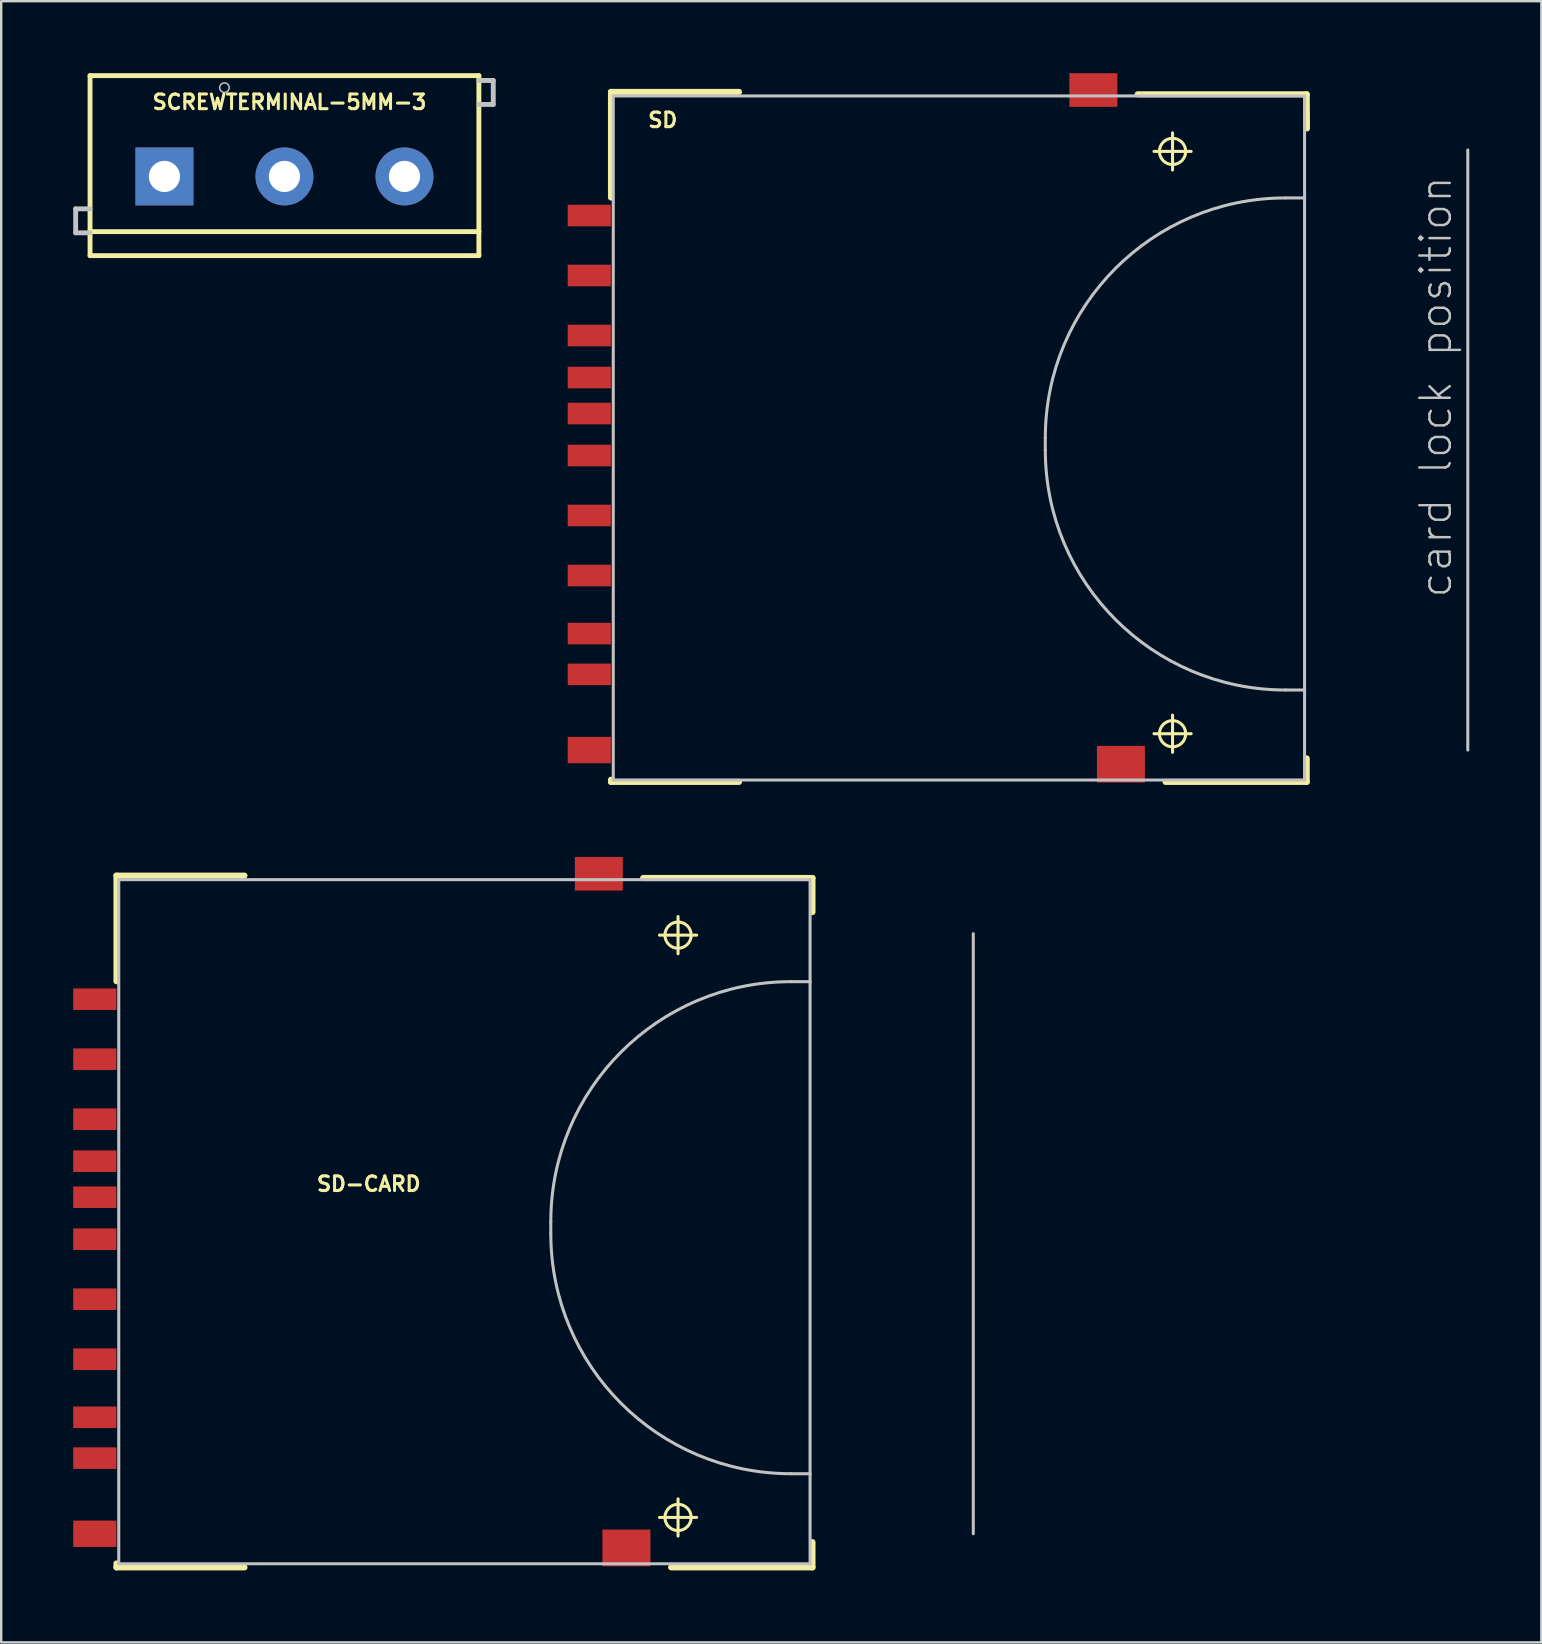
<source format=kicad_pcb>
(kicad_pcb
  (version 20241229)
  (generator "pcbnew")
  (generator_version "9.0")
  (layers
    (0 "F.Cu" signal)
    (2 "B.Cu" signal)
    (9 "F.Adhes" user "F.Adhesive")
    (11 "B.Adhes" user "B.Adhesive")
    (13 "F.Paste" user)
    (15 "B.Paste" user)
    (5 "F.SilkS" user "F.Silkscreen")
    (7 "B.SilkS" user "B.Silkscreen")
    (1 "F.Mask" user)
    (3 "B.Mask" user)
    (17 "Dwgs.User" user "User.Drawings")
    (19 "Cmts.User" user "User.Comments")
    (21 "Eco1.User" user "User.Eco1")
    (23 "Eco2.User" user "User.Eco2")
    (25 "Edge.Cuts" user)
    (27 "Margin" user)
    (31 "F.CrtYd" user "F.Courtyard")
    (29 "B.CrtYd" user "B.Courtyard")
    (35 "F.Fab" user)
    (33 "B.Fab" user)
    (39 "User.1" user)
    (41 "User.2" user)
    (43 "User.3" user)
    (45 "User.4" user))
  (footprint "SD"
    (layer "F.Cu")
    (at 22.497 15.196)
    (property "Reference" "SD" (at 2.062 -13.244 0) (layer "F.SilkS") (effects (font (size 0.61 0.61) (thickness 0.127))))
    (attr smd)
    (fp_line (start -0.094 -14.417) (end 5.237 -14.417) (stroke (width 0.254) (type solid)) (layer "F.SilkS"))
    (fp_line (start -0.094 -10.018) (end -0.094 -14.417) (stroke (width 0.254) (type solid)) (layer "F.SilkS"))
    (fp_line (start -0.094 14.237) (end -0.094 14.326) (stroke (width 0.254) (type solid)) (layer "F.SilkS"))
    (fp_line (start -0.094 14.326) (end 5.237 14.326) (stroke (width 0.254) (type solid)) (layer "F.SilkS"))
    (fp_line (start 21.847 -14.318) (end 28.887 -14.318) (stroke (width 0.254) (type solid)) (layer "F.SilkS"))
    (fp_line (start 22.525 -11.938) (end 24.074 -11.938) (stroke (width 0.127) (type solid)) (layer "F.SilkS"))
    (fp_line (start 22.525 12.319) (end 24.074 12.319) (stroke (width 0.127) (type solid)) (layer "F.SilkS"))
    (fp_line (start 23.01 14.326) (end 28.887 14.326) (stroke (width 0.254) (type solid)) (layer "F.SilkS"))
    (fp_line (start 23.299 -11.163) (end 23.299 -12.713) (stroke (width 0.127) (type solid)) (layer "F.SilkS"))
    (fp_line (start 23.299 13.094) (end 23.299 11.544) (stroke (width 0.127) (type solid)) (layer "F.SilkS"))
    (fp_line (start 28.887 -14.318) (end 28.898 -12.898) (stroke (width 0.254) (type solid)) (layer "F.SilkS"))
    (fp_line (start 28.887 14.326) (end 28.887 13.348) (stroke (width 0.254) (type solid)) (layer "F.SilkS"))
    (fp_circle (center 23.299 -11.938) (end 23.686 -12.324) (stroke (width 0.127) (type solid)) (fill no) (layer "F.SilkS"))
    (fp_circle (center 23.299 12.319) (end 23.686 12.705) (stroke (width 0.127) (type solid)) (fill no) (layer "F.SilkS"))
    (fp_line (start 0 -14.249) (end 28.799 -14.249) (stroke (width 0.127) (type solid)) (layer "Dwgs.User"))
    (fp_line (start 0 14.249) (end 0 -14.249) (stroke (width 0.127) (type solid)) (layer "Dwgs.User"))
    (fp_line (start 17.998 0) (end 17.998 0.498) (stroke (width 0.127) (type solid)) (layer "Dwgs.User"))
    (fp_line (start 27.998 10.498) (end 28.799 10.498) (stroke (width 0.127) (type solid)) (layer "Dwgs.User"))
    (fp_line (start 28.799 -14.249) (end 28.799 -10) (stroke (width 0.127) (type solid)) (layer "Dwgs.User"))
    (fp_line (start 28.799 -10) (end 27.998 -10) (stroke (width 0.127) (type solid)) (layer "Dwgs.User"))
    (fp_line (start 28.799 -10) (end 28.799 10.498) (stroke (width 0.127) (type solid)) (layer "Dwgs.User"))
    (fp_line (start 28.799 10.498) (end 28.799 14.249) (stroke (width 0.127) (type solid)) (layer "Dwgs.User"))
    (fp_line (start 28.799 14.249) (end 0 14.249) (stroke (width 0.127) (type solid)) (layer "Dwgs.User"))
    (fp_line (start 35.598 -11.999) (end 35.598 13) (stroke (width 0.127) (type solid)) (layer "Dwgs.User"))
    (fp_arc (start 17.99844 0) (mid 20.927366 -7.071054) (end 27.99842 -9.99998) (stroke (width 0.127) (type solid)) (layer "Dwgs.User"))
    (fp_arc (start 27.99842 10.49782) (mid 20.927366 7.568894) (end 17.99844 0.49784) (stroke (width 0.127) (type solid)) (layer "Dwgs.User"))
    (fp_text user "card lock position" (at 34.265 -2.129 90) (layer "Dwgs.User") (effects (font (size 1.27 1.27) (thickness 0.102))))
    (pad "1" smd rect (at -0.998 -6.769) (size 1.798 0.899) (layers "F.Cu" "F.Mask" "F.Paste"))
    (pad "2" smd rect (at -0.998 -4.27) (size 1.798 0.899) (layers "F.Cu" "F.Mask" "F.Paste"))
    (pad "3" smd rect (at -0.998 -2.52) (size 1.798 0.899) (layers "F.Cu" "F.Mask" "F.Paste"))
    (pad "4" smd rect (at -0.998 0.729) (size 1.798 0.899) (layers "F.Cu" "F.Mask" "F.Paste"))
    (pad "5" smd rect (at -0.998 3.228) (size 1.798 0.899) (layers "F.Cu" "F.Mask" "F.Paste"))
    (pad "6" smd rect (at -0.998 5.728) (size 1.798 0.899) (layers "F.Cu" "F.Mask" "F.Paste"))
    (pad "7" smd rect (at -0.998 8.148) (size 1.798 0.899) (layers "F.Cu" "F.Mask" "F.Paste"))
    (pad "8" smd rect (at -0.998 9.848) (size 1.798 0.899) (layers "F.Cu" "F.Mask" "F.Paste"))
    (pad "9" smd rect (at -0.998 -9.268) (size 1.798 0.899) (layers "F.Cu" "F.Mask" "F.Paste"))
    (pad "CD" smd rect (at -0.998 -1.019) (size 1.798 0.899) (layers "F.Cu" "F.Mask" "F.Paste"))
    (pad "SH@1" smd rect (at 20 -14.496) (size 1.999 1.4) (layers "F.Cu" "F.Mask" "F.Paste"))
    (pad "SH@2" smd rect (at 21.148 13.589) (size 1.999 1.527) (layers "F.Cu" "F.Mask" "F.Paste"))
    (pad "WP" smd rect (at -0.998 13) (size 1.798 1.1) (layers "F.Cu" "F.Mask" "F.Paste")))
  (footprint "SCREWTERMINAL-5MM-3"
    (layer "F.Cu")
    (at 3.8 4.3)
    (property "Reference" "SCREWTERMINAL-5MM-3" (at 5.207 -3.099 0) (layer "F.SilkS") (effects (font (size 0.61 0.61) (thickness 0.127))))
    (attr exclude_from_pos_files exclude_from_bom)
    (fp_line (start -3.099 -4.199) (end 13.099 -4.199) (stroke (width 0.203) (type solid)) (layer "F.SilkS"))
    (fp_line (start -3.099 2.299) (end -3.099 -4.199) (stroke (width 0.203) (type solid)) (layer "F.SilkS"))
    (fp_line (start -3.099 3.299) (end -3.099 2.299) (stroke (width 0.203) (type solid)) (layer "F.SilkS"))
    (fp_line (start 13.099 -4.199) (end 13.099 2.299) (stroke (width 0.203) (type solid)) (layer "F.SilkS"))
    (fp_line (start 13.099 2.299) (end -3.099 2.299) (stroke (width 0.203) (type solid)) (layer "F.SilkS"))
    (fp_line (start 13.099 2.299) (end 13.099 3.299) (stroke (width 0.203) (type solid)) (layer "F.SilkS"))
    (fp_line (start 13.099 3.299) (end -3.099 3.299) (stroke (width 0.203) (type solid)) (layer "F.SilkS"))
    (fp_line (start -3.698 1.349) (end -3.698 2.349) (stroke (width 0.203) (type solid)) (layer "Dwgs.User"))
    (fp_line (start -3.698 2.349) (end -3.099 2.349) (stroke (width 0.203) (type solid)) (layer "Dwgs.User"))
    (fp_line (start -3.099 1.349) (end -3.698 1.349) (stroke (width 0.203) (type solid)) (layer "Dwgs.User"))
    (fp_line (start 13.099 -3.998) (end 13.698 -3.998) (stroke (width 0.203) (type solid)) (layer "Dwgs.User"))
    (fp_line (start 13.698 -3.998) (end 13.698 -3) (stroke (width 0.203) (type solid)) (layer "Dwgs.User"))
    (fp_line (start 13.698 -3) (end 13.099 -3) (stroke (width 0.203) (type solid)) (layer "Dwgs.User"))
    (fp_circle (center 2.499 -3.698) (end 2.639 -3.838) (stroke (width 0.064) (type solid)) (fill no) (layer "Dwgs.User"))
    (pad "1" thru_hole rect (at 0 0) (size 2.413 2.413) (drill 1.298) (layers "*.Cu" "*.Paste" "*.Mask"))
    (pad "2" thru_hole circle (at 4.999 0) (size 2.413 2.413) (drill 1.298) (layers "*.Cu" "*.Paste" "*.Mask"))
    (pad "3" thru_hole circle (at 10 0) (size 2.413 2.413) (drill 1.298) (layers "*.Cu" "*.Paste" "*.Mask")))
  (footprint "SD-CARD"
    (layer "F.Cu")
    (at 1.897 47.844)
    (property "Reference" "SD-CARD" (at 10.414 -1.575 0) (layer "F.SilkS") (effects (font (size 0.61 0.61) (thickness 0.127))))
    (attr smd)
    (fp_line (start -0.094 -14.417) (end 5.237 -14.417) (stroke (width 0.254) (type solid)) (layer "F.SilkS"))
    (fp_line (start -0.094 -10.018) (end -0.094 -14.417) (stroke (width 0.254) (type solid)) (layer "F.SilkS"))
    (fp_line (start -0.094 14.237) (end -0.094 14.399) (stroke (width 0.254) (type solid)) (layer "F.SilkS"))
    (fp_line (start -0.094 14.399) (end 5.237 14.399) (stroke (width 0.254) (type solid)) (layer "F.SilkS"))
    (fp_line (start 21.847 -14.318) (end 28.898 -14.318) (stroke (width 0.254) (type solid)) (layer "F.SilkS"))
    (fp_line (start 22.525 -11.938) (end 24.074 -11.938) (stroke (width 0.127) (type solid)) (layer "F.SilkS"))
    (fp_line (start 22.525 12.319) (end 24.074 12.319) (stroke (width 0.127) (type solid)) (layer "F.SilkS"))
    (fp_line (start 23.01 14.399) (end 28.898 14.399) (stroke (width 0.254) (type solid)) (layer "F.SilkS"))
    (fp_line (start 23.299 -11.163) (end 23.299 -12.713) (stroke (width 0.127) (type solid)) (layer "F.SilkS"))
    (fp_line (start 23.299 13.094) (end 23.299 11.544) (stroke (width 0.127) (type solid)) (layer "F.SilkS"))
    (fp_line (start 28.898 -14.318) (end 28.898 -12.898) (stroke (width 0.254) (type solid)) (layer "F.SilkS"))
    (fp_line (start 28.898 14.399) (end 28.898 13.348) (stroke (width 0.254) (type solid)) (layer "F.SilkS"))
    (fp_circle (center 23.299 -11.938) (end 23.686 -12.324) (stroke (width 0.127) (type solid)) (fill no) (layer "F.SilkS"))
    (fp_circle (center 23.299 12.319) (end 23.686 12.705) (stroke (width 0.127) (type solid)) (fill no) (layer "F.SilkS"))
    (fp_line (start 0 -14.249) (end 28.799 -14.249) (stroke (width 0.127) (type solid)) (layer "Dwgs.User"))
    (fp_line (start 0 14.249) (end 0 -14.249) (stroke (width 0.127) (type solid)) (layer "Dwgs.User"))
    (fp_line (start 17.998 0) (end 17.998 0.498) (stroke (width 0.127) (type solid)) (layer "Dwgs.User"))
    (fp_line (start 27.998 10.498) (end 28.799 10.498) (stroke (width 0.127) (type solid)) (layer "Dwgs.User"))
    (fp_line (start 28.799 -14.249) (end 28.799 -10) (stroke (width 0.127) (type solid)) (layer "Dwgs.User"))
    (fp_line (start 28.799 -10) (end 27.998 -10) (stroke (width 0.127) (type solid)) (layer "Dwgs.User"))
    (fp_line (start 28.799 -10) (end 28.799 10.498) (stroke (width 0.127) (type solid)) (layer "Dwgs.User"))
    (fp_line (start 28.799 10.498) (end 28.799 14.249) (stroke (width 0.127) (type solid)) (layer "Dwgs.User"))
    (fp_line (start 28.799 14.249) (end 0 14.249) (stroke (width 0.127) (type solid)) (layer "Dwgs.User"))
    (fp_line (start 35.598 -11.999) (end 35.598 13) (stroke (width 0.127) (type solid)) (layer "Dwgs.User"))
    (fp_arc (start 17.99844 0) (mid 20.927366 -7.071054) (end 27.99842 -9.99998) (stroke (width 0.127) (type solid)) (layer "Dwgs.User"))
    (fp_arc (start 27.99842 10.49782) (mid 20.927366 7.568894) (end 17.99844 0.49784) (stroke (width 0.127) (type solid)) (layer "Dwgs.User"))
    (pad "1" smd rect (at -0.998 -6.769) (size 1.798 0.899) (layers "F.Cu" "F.Mask" "F.Paste"))
    (pad "2" smd rect (at -0.998 -4.27) (size 1.798 0.899) (layers "F.Cu" "F.Mask" "F.Paste"))
    (pad "3" smd rect (at -0.998 -2.52) (size 1.798 0.899) (layers "F.Cu" "F.Mask" "F.Paste"))
    (pad "4" smd rect (at -0.998 0.729) (size 1.798 0.899) (layers "F.Cu" "F.Mask" "F.Paste"))
    (pad "5" smd rect (at -0.998 3.228) (size 1.798 0.899) (layers "F.Cu" "F.Mask" "F.Paste"))
    (pad "6" smd rect (at -0.998 5.728) (size 1.798 0.899) (layers "F.Cu" "F.Mask" "F.Paste"))
    (pad "7" smd rect (at -0.998 8.148) (size 1.798 0.899) (layers "F.Cu" "F.Mask" "F.Paste"))
    (pad "8" smd rect (at -0.998 9.848) (size 1.798 0.899) (layers "F.Cu" "F.Mask" "F.Paste"))
    (pad "9" smd rect (at -0.998 -9.268) (size 1.798 0.899) (layers "F.Cu" "F.Mask" "F.Paste"))
    (pad "CD" smd rect (at -0.998 -1.019) (size 1.798 0.899) (layers "F.Cu" "F.Mask" "F.Paste"))
    (pad "SH@1" smd rect (at 20 -14.496) (size 1.999 1.4) (layers "F.Cu" "F.Mask" "F.Paste"))
    (pad "SH@2" smd rect (at 21.148 13.589) (size 1.999 1.527) (layers "F.Cu" "F.Mask" "F.Paste"))
    (pad "WP" smd rect (at -0.998 13) (size 1.798 1.1) (layers "F.Cu" "F.Mask" "F.Paste")))
  (gr_rect
    (start -3 -3)
    (end 61.159 65.37)
    (stroke (width 0.1) (type default))
    (fill no)
    (layer "Edge.Cuts")))
</source>
